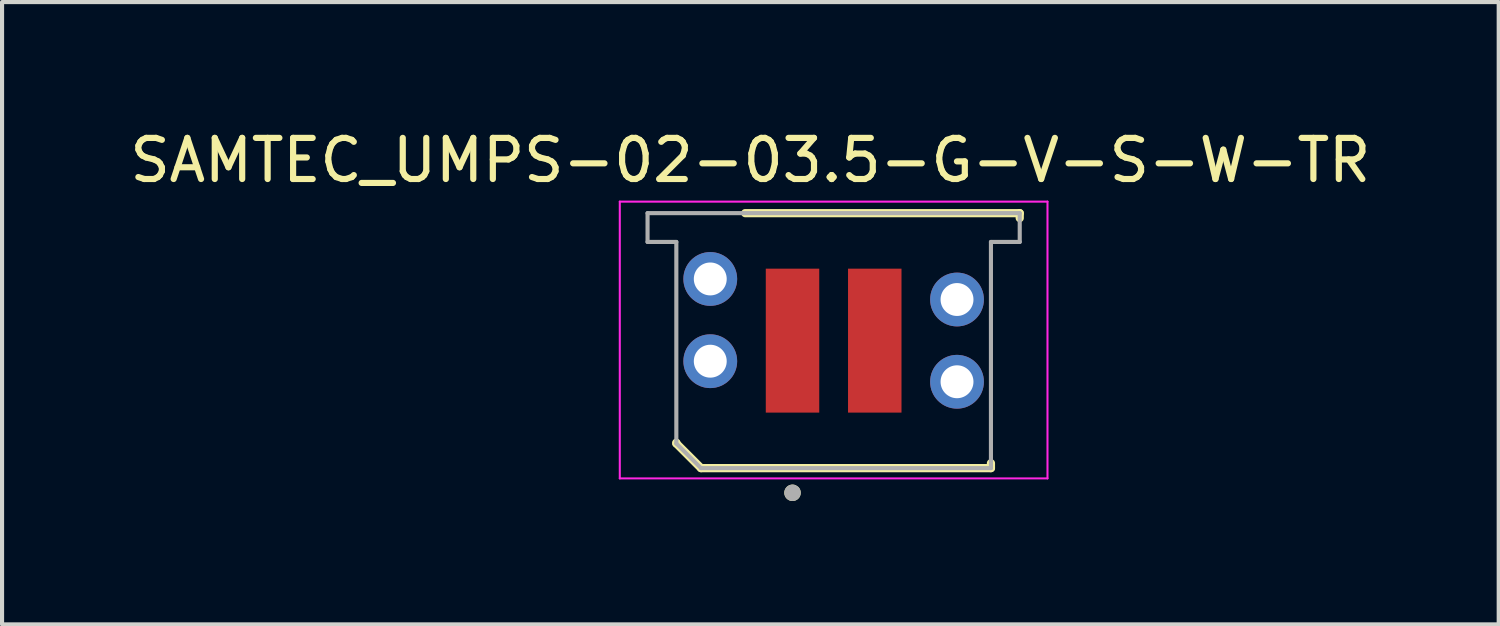
<source format=kicad_pcb>
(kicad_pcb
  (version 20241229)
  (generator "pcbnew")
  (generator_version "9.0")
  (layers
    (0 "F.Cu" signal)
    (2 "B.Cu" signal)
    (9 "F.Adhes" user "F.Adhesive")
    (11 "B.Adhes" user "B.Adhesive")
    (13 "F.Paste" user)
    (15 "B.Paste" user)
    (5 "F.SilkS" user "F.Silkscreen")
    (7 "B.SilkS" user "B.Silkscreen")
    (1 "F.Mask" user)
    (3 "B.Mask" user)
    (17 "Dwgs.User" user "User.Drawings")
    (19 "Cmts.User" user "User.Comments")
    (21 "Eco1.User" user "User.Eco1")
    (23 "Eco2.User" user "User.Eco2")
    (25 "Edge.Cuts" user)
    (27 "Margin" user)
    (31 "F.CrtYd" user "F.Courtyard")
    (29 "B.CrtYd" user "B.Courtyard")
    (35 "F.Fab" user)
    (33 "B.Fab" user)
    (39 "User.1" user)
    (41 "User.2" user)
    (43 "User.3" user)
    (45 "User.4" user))
  (footprint "SAMTEC_UMPS-02-03.5-G-V-S-W-TR"
    (layer "F.Cu")
    (at 17.221 5.233)
    (property "Reference" "SAMTEC_UMPS-02-03.5-G-V-S-W-TR" (at -2.025 -4.385 0) (layer "F.SilkS") (effects (font (size 1 1) (thickness 0.15))))
    (attr through_hole)
    (fp_line (start -3.825 2.48) (end -3.825 2.5) (stroke (width 0.2) (type solid)) (layer "F.SilkS"))
    (fp_line (start -3.825 2.5) (end -3.225 3.1) (stroke (width 0.2) (type solid)) (layer "F.SilkS"))
    (fp_line (start -3.225 3.1) (end 3.825 3.1) (stroke (width 0.2) (type solid)) (layer "F.SilkS"))
    (fp_line (start 3.825 3.1) (end 3.825 2.98) (stroke (width 0.2) (type solid)) (layer "F.SilkS"))
    (fp_line (start 4.525 -3.1) (end -2.15 -3.1) (stroke (width 0.2) (type solid)) (layer "F.SilkS"))
    (fp_line (start 4.525 -2.98) (end 4.525 -3.1) (stroke (width 0.2) (type solid)) (layer "F.SilkS"))
    (fp_circle (center -1 3.7) (end -0.9 3.7) (stroke (width 0.2) (type solid)) (fill no) (layer "F.SilkS"))
    (fp_poly (pts (xy -4.95 -3.13) (xy -2.5 -3.13) (xy -2.5 -0.85) (xy -4.95 -0.85)) (stroke (width 0.01) (type solid)) (fill yes) (layer "F.Paste"))
    (fp_poly (pts (xy -4.95 -0.15) (xy -2.5 -0.15) (xy -2.5 2.13) (xy -4.95 2.13)) (stroke (width 0.01) (type solid)) (fill yes) (layer "F.Paste"))
    (fp_poly (pts (xy 2.5 -2.63) (xy 4.95 -2.63) (xy 4.95 -0.35) (xy 2.5 -0.35)) (stroke (width 0.01) (type solid)) (fill yes) (layer "F.Paste"))
    (fp_poly (pts (xy 2.5 0.35) (xy 4.95 0.35) (xy 4.95 2.63) (xy 2.5 2.63)) (stroke (width 0.01) (type solid)) (fill yes) (layer "F.Paste"))
    (fp_line (start -5.2 -3.38) (end -5.2 3.35) (stroke (width 0.05) (type solid)) (layer "F.CrtYd"))
    (fp_line (start -5.2 3.35) (end 5.2 3.35) (stroke (width 0.05) (type solid)) (layer "F.CrtYd"))
    (fp_line (start 5.2 -3.38) (end -5.2 -3.38) (stroke (width 0.05) (type solid)) (layer "F.CrtYd"))
    (fp_line (start 5.2 3.35) (end 5.2 -3.38) (stroke (width 0.05) (type solid)) (layer "F.CrtYd"))
    (fp_line (start -4.525 -3.1) (end -4.525 -2.4) (stroke (width 0.1) (type solid)) (layer "F.Fab"))
    (fp_line (start -4.525 -2.4) (end -3.825 -2.4) (stroke (width 0.1) (type solid)) (layer "F.Fab"))
    (fp_line (start -3.825 -2.4) (end -3.825 2.5) (stroke (width 0.1) (type solid)) (layer "F.Fab"))
    (fp_line (start -3.825 2.5) (end -3.225 3.1) (stroke (width 0.1) (type solid)) (layer "F.Fab"))
    (fp_line (start -3.225 3.1) (end 3.825 3.1) (stroke (width 0.1) (type solid)) (layer "F.Fab"))
    (fp_line (start 3.825 -2.4) (end 4.525 -2.4) (stroke (width 0.1) (type solid)) (layer "F.Fab"))
    (fp_line (start 3.825 3.1) (end 3.825 -2.4) (stroke (width 0.1) (type solid)) (layer "F.Fab"))
    (fp_line (start 4.525 -3.1) (end -4.525 -3.1) (stroke (width 0.1) (type solid)) (layer "F.Fab"))
    (fp_line (start 4.525 -2.4) (end 4.525 -3.1) (stroke (width 0.1) (type solid)) (layer "F.Fab"))
    (fp_circle (center -1 3.7) (end -0.9 3.7) (stroke (width 0.2) (type solid)) (fill no) (layer "F.Fab"))
    (pad "01" smd rect (at -1 0) (size 1.3 3.5) (layers "F.Cu" "F.Mask" "F.Paste"))
    (pad "02" smd rect (at 1 0) (size 1.3 3.5) (layers "F.Cu" "F.Mask" "F.Paste"))
    (pad "S1" thru_hole circle (at -3 -1.5) (size 1.308 1.308) (drill 0.8) (layers "*.Cu" "*.Mask"))
    (pad "S2" thru_hole circle (at 3 -1) (size 1.308 1.308) (drill 0.8) (layers "*.Cu" "*.Mask"))
    (pad "S3" thru_hole circle (at -3 0.5) (size 1.308 1.308) (drill 0.8) (layers "*.Cu" "*.Mask"))
    (pad "S4" thru_hole circle (at 3 1) (size 1.308 1.308) (drill 0.8) (layers "*.Cu" "*.Mask")))
  (gr_rect
    (start -3 -3)
    (end 33.393 12.133)
    (stroke (width 0.1) (type default))
    (fill no)
    (layer "Edge.Cuts")))
</source>
